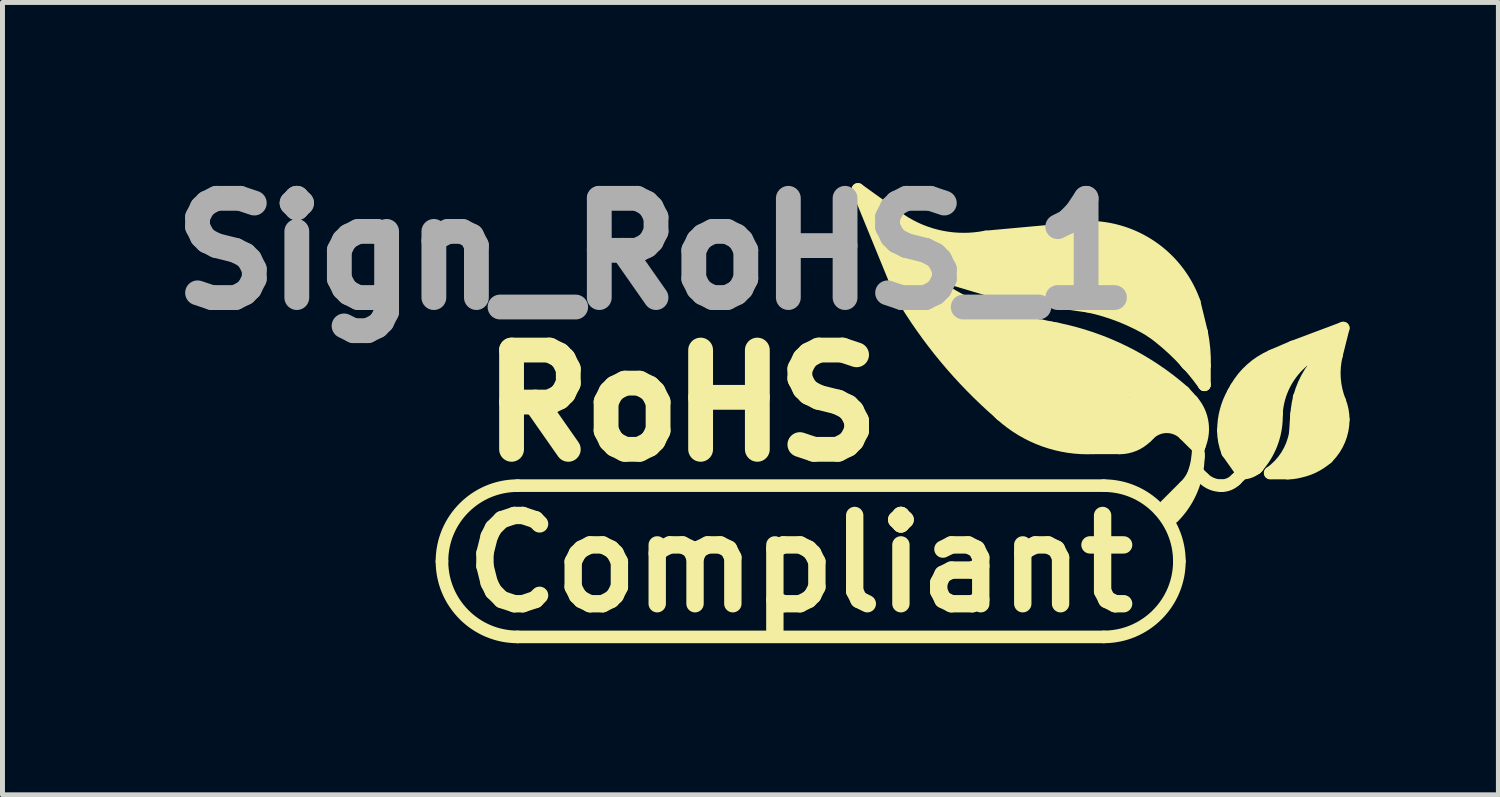
<source format=kicad_pcb>
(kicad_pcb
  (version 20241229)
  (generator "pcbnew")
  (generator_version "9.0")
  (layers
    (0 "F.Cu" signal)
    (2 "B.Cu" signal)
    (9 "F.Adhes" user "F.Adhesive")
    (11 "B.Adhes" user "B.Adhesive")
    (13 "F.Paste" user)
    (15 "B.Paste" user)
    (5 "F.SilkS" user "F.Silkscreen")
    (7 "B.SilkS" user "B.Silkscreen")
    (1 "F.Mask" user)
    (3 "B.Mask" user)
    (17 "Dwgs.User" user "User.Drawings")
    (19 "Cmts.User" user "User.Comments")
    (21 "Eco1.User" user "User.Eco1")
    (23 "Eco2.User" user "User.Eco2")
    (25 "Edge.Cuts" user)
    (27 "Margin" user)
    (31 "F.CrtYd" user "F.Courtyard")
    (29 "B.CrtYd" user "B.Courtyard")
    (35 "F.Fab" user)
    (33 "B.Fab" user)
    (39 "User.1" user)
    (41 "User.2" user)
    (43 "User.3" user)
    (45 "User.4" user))
  (footprint "Sign_RoHS_1"
    (layer "F.Cu")
    (at 6.872 9.149)
    (property "Reference" "Sign_RoHS_1" (at 3.297 -7.102 0) (layer "F.Fab") (effects (font (size 2 2) (thickness 0.5))))
    (attr through_hole)
    (fp_line (start 0.508 0.635) (end 12.319 0.635) (stroke (width 0.254) (type solid)) (layer "F.SilkS"))
    (fp_line (start 7.366 -8.382) (end 8.227 -7.762) (stroke (width 0.254) (type solid)) (layer "F.SilkS"))
    (fp_line (start 7.366 -8.382) (end 8.232 -6.266) (stroke (width 0.254) (type solid)) (layer "F.SilkS"))
    (fp_line (start 7.747 -7.874) (end 8.255 -6.985) (stroke (width 0.508) (type solid)) (layer "F.SilkS"))
    (fp_line (start 7.747 -7.874) (end 8.76 -7.236) (stroke (width 0.254) (type solid)) (layer "F.SilkS"))
    (fp_line (start 8.255 -6.985) (end 8.382 -6.477) (stroke (width 0.508) (type solid)) (layer "F.SilkS"))
    (fp_line (start 8.382 -6.477) (end 8.76 -5.969) (stroke (width 0.508) (type solid)) (layer "F.SilkS"))
    (fp_line (start 8.636 -6.985) (end 13.208 -6.985) (stroke (width 0.508) (type solid)) (layer "F.SilkS"))
    (fp_line (start 8.76 -7.236) (end 9.906 -7.236) (stroke (width 0.508) (type solid)) (layer "F.SilkS"))
    (fp_line (start 8.76 -6.731) (end 9.042 -6.383) (stroke (width 0.254) (type solid)) (layer "F.SilkS"))
    (fp_line (start 8.76 -6.35) (end 8.382 -7.236) (stroke (width 0.508) (type solid)) (layer "F.SilkS"))
    (fp_line (start 8.76 -5.969) (end 8.76 -6.35) (stroke (width 0.508) (type solid)) (layer "F.SilkS"))
    (fp_line (start 8.89 -5.842) (end 9.271 -5.334) (stroke (width 0.508) (type solid)) (layer "F.SilkS"))
    (fp_line (start 9.144 -6.858) (end 8.636 -6.985) (stroke (width 0.508) (type solid)) (layer "F.SilkS"))
    (fp_line (start 9.271 -5.715) (end 10.033 -5.08) (stroke (width 0.508) (type solid)) (layer "F.SilkS"))
    (fp_line (start 9.271 -5.334) (end 9.525 -4.953) (stroke (width 0.508) (type solid)) (layer "F.SilkS"))
    (fp_line (start 9.525 -4.953) (end 10.414 -4.064) (stroke (width 0.508) (type solid)) (layer "F.SilkS"))
    (fp_line (start 9.906 -7.236) (end 10.922 -7.366) (stroke (width 0.508) (type solid)) (layer "F.SilkS"))
    (fp_line (start 9.906 -5.715) (end 9.144 -6.096) (stroke (width 0.508) (type solid)) (layer "F.SilkS"))
    (fp_line (start 9.944 -7.424) (end 12.093 -7.62) (stroke (width 0.254) (type solid)) (layer "F.SilkS"))
    (fp_line (start 10.033 -5.08) (end 10.16 -5.207) (stroke (width 0.508) (type solid)) (layer "F.SilkS"))
    (fp_line (start 10.147 -6.317) (end 8.76 -6.731) (stroke (width 0.254) (type solid)) (layer "F.SilkS"))
    (fp_line (start 10.16 -5.207) (end 10.287 -5.207) (stroke (width 0.508) (type solid)) (layer "F.SilkS"))
    (fp_line (start 10.16 -4.699) (end 10.287 -4.826) (stroke (width 0.508) (type solid)) (layer "F.SilkS"))
    (fp_line (start 10.216 -3.879) (end 10.251 -3.843) (stroke (width 0.254) (type solid)) (layer "F.SilkS"))
    (fp_line (start 10.287 -5.207) (end 11.43 -5.08) (stroke (width 0.508) (type solid)) (layer "F.SilkS"))
    (fp_line (start 10.287 -4.826) (end 10.795 -4.826) (stroke (width 0.508) (type solid)) (layer "F.SilkS"))
    (fp_line (start 10.287 -4.572) (end 10.16 -4.699) (stroke (width 0.508) (type solid)) (layer "F.SilkS"))
    (fp_line (start 10.414 -6.477) (end 9.144 -6.858) (stroke (width 0.508) (type solid)) (layer "F.SilkS"))
    (fp_line (start 10.414 -4.064) (end 10.922 -3.683) (stroke (width 0.508) (type solid)) (layer "F.SilkS"))
    (fp_line (start 10.643 -5.461) (end 9.906 -5.715) (stroke (width 0.508) (type solid)) (layer "F.SilkS"))
    (fp_line (start 10.795 -4.826) (end 11.811 -4.572) (stroke (width 0.508) (type solid)) (layer "F.SilkS"))
    (fp_line (start 10.922 -7.366) (end 12.573 -7.366) (stroke (width 0.508) (type solid)) (layer "F.SilkS"))
    (fp_line (start 10.922 -4.064) (end 10.287 -4.572) (stroke (width 0.508) (type solid)) (layer "F.SilkS"))
    (fp_line (start 10.922 -3.683) (end 11.811 -3.429) (stroke (width 0.508) (type solid)) (layer "F.SilkS"))
    (fp_line (start 11.069 -5.631) (end 11.379 -5.57) (stroke (width 0.254) (type solid)) (layer "F.SilkS"))
    (fp_line (start 11.252 -5.461) (end 10.643 -5.461) (stroke (width 0.508) (type solid)) (layer "F.SilkS"))
    (fp_line (start 11.43 -5.08) (end 12.446 -4.826) (stroke (width 0.508) (type solid)) (layer "F.SilkS"))
    (fp_line (start 11.43 -3.937) (end 10.922 -4.064) (stroke (width 0.508) (type solid)) (layer "F.SilkS"))
    (fp_line (start 11.557 -6.35) (end 10.414 -6.477) (stroke (width 0.508) (type solid)) (layer "F.SilkS"))
    (fp_line (start 11.684 -6.35) (end 11.557 -6.35) (stroke (width 0.508) (type solid)) (layer "F.SilkS"))
    (fp_line (start 11.811 -4.572) (end 12.065 -4.572) (stroke (width 0.508) (type solid)) (layer "F.SilkS"))
    (fp_line (start 11.811 -3.81) (end 11.43 -3.937) (stroke (width 0.508) (type solid)) (layer "F.SilkS"))
    (fp_line (start 11.811 -3.429) (end 12.7 -3.429) (stroke (width 0.508) (type solid)) (layer "F.SilkS"))
    (fp_line (start 12.014 -6.027) (end 11.496 -6.101) (stroke (width 0.254) (type solid)) (layer "F.SilkS"))
    (fp_line (start 12.065 -4.572) (end 12.573 -4.318) (stroke (width 0.508) (type solid)) (layer "F.SilkS"))
    (fp_line (start 12.065 -4.191) (end 10.795 -4.445) (stroke (width 0.508) (type solid)) (layer "F.SilkS"))
    (fp_line (start 12.121 -3.175) (end 12.636 -3.175) (stroke (width 0.254) (type solid)) (layer "F.SilkS"))
    (fp_line (start 12.192 -6.35) (end 11.684 -6.35) (stroke (width 0.508) (type solid)) (layer "F.SilkS"))
    (fp_line (start 12.319 -2.413) (end 0.508 -2.413) (stroke (width 0.254) (type solid)) (layer "F.SilkS"))
    (fp_line (start 12.446 -4.826) (end 13.081 -4.318) (stroke (width 0.508) (type solid)) (layer "F.SilkS"))
    (fp_line (start 12.446 -4.064) (end 12.065 -4.191) (stroke (width 0.508) (type solid)) (layer "F.SilkS"))
    (fp_line (start 12.446 -3.81) (end 11.811 -3.81) (stroke (width 0.508) (type solid)) (layer "F.SilkS"))
    (fp_line (start 12.573 -7.366) (end 13.208 -6.985) (stroke (width 0.508) (type solid)) (layer "F.SilkS"))
    (fp_line (start 12.573 -4.318) (end 12.573 -4.191) (stroke (width 0.508) (type solid)) (layer "F.SilkS"))
    (fp_line (start 12.573 -4.191) (end 12.446 -4.064) (stroke (width 0.508) (type solid)) (layer "F.SilkS"))
    (fp_line (start 12.649 -4.978) (end 11.252 -5.461) (stroke (width 0.508) (type solid)) (layer "F.SilkS"))
    (fp_line (start 12.7 -3.429) (end 13.462 -3.937) (stroke (width 0.508) (type solid)) (layer "F.SilkS"))
    (fp_line (start 12.827 -5.969) (end 12.192 -6.35) (stroke (width 0.508) (type solid)) (layer "F.SilkS"))
    (fp_line (start 12.827 -3.937) (end 12.446 -3.81) (stroke (width 0.508) (type solid)) (layer "F.SilkS"))
    (fp_line (start 12.954 -5.969) (end 13.208 -6.477) (stroke (width 0.508) (type solid)) (layer "F.SilkS"))
    (fp_line (start 13.081 -4.318) (end 13.208 -4.191) (stroke (width 0.508) (type solid)) (layer "F.SilkS"))
    (fp_line (start 13.081 -3.937) (end 12.827 -3.937) (stroke (width 0.508) (type solid)) (layer "F.SilkS"))
    (fp_line (start 13.175 -3.396) (end 13.228 -3.449) (stroke (width 0.254) (type solid)) (layer "F.SilkS"))
    (fp_line (start 13.208 -6.985) (end 13.208 -6.731) (stroke (width 0.508) (type solid)) (layer "F.SilkS"))
    (fp_line (start 13.208 -6.985) (end 13.716 -6.477) (stroke (width 0.508) (type solid)) (layer "F.SilkS"))
    (fp_line (start 13.208 -6.731) (end 8.255 -6.807) (stroke (width 0.508) (type solid)) (layer "F.SilkS"))
    (fp_line (start 13.208 -6.477) (end 13.208 -6.731) (stroke (width 0.508) (type solid)) (layer "F.SilkS"))
    (fp_line (start 13.208 -6.477) (end 13.589 -5.969) (stroke (width 0.508) (type solid)) (layer "F.SilkS"))
    (fp_line (start 13.208 -4.191) (end 13.081 -3.937) (stroke (width 0.508) (type solid)) (layer "F.SilkS"))
    (fp_line (start 13.289 -5.519) (end 13.282 -5.524) (stroke (width 0.254) (type solid)) (layer "F.SilkS"))
    (fp_line (start 13.335 -6.35) (end 11.684 -6.35) (stroke (width 0.508) (type solid)) (layer "F.SilkS"))
    (fp_line (start 13.335 -4.572) (end 12.649 -4.978) (stroke (width 0.508) (type solid)) (layer "F.SilkS"))
    (fp_line (start 13.462 -3.937) (end 13.843 -3.81) (stroke (width 0.508) (type solid)) (layer "F.SilkS"))
    (fp_line (start 13.462 -1.905) (end 13.952 -2.395) (stroke (width 0.254) (type solid)) (layer "F.SilkS"))
    (fp_line (start 13.589 -5.588) (end 12.954 -5.969) (stroke (width 0.508) (type solid)) (layer "F.SilkS"))
    (fp_line (start 13.589 -1.905) (end 13.774 -2.09) (stroke (width 0.254) (type solid)) (layer "F.SilkS"))
    (fp_line (start 13.589 -1.778) (end 14.097 -2.54) (stroke (width 0.254) (type solid)) (layer "F.SilkS"))
    (fp_line (start 13.716 -6.477) (end 13.97 -5.969) (stroke (width 0.508) (type solid)) (layer "F.SilkS"))
    (fp_line (start 13.843 -4.064) (end 13.335 -4.572) (stroke (width 0.508) (type solid)) (layer "F.SilkS"))
    (fp_line (start 13.843 -3.81) (end 14.097 -3.556) (stroke (width 0.508) (type solid)) (layer "F.SilkS"))
    (fp_line (start 13.934 -4.3) (end 14.105 -4.112) (stroke (width 0.254) (type solid)) (layer "F.SilkS"))
    (fp_line (start 13.947 -3.449) (end 14.224 -3.175) (stroke (width 0.254) (type solid)) (layer "F.SilkS"))
    (fp_line (start 13.97 -5.969) (end 14.097 -4.953) (stroke (width 0.508) (type solid)) (layer "F.SilkS"))
    (fp_line (start 14.097 -4.953) (end 13.589 -5.588) (stroke (width 0.508) (type solid)) (layer "F.SilkS"))
    (fp_line (start 14.097 -3.556) (end 13.843 -4.064) (stroke (width 0.508) (type solid)) (layer "F.SilkS"))
    (fp_line (start 14.143 -6.104) (end 14.29 -5.504) (stroke (width 0.254) (type solid)) (layer "F.SilkS"))
    (fp_line (start 14.224 -3.002) (end 14.224 -3.048) (stroke (width 0.254) (type solid)) (layer "F.SilkS"))
    (fp_line (start 14.224 -2.667) (end 14.328 -2.56) (stroke (width 0.254) (type solid)) (layer "F.SilkS"))
    (fp_line (start 14.247 -3.221) (end 14.224 -3.175) (stroke (width 0.254) (type solid)) (layer "F.SilkS"))
    (fp_line (start 14.348 -4.826) (end 14.348 -4.445) (stroke (width 0.254) (type solid)) (layer "F.SilkS"))
    (fp_line (start 14.348 -4.445) (end 14.346 -4.448) (stroke (width 0.254) (type solid)) (layer "F.SilkS"))
    (fp_line (start 14.859 -3.683) (end 14.986 -3.683) (stroke (width 0.254) (type solid)) (layer "F.SilkS"))
    (fp_line (start 14.859 -3.429) (end 14.859 -3.683) (stroke (width 0.254) (type solid)) (layer "F.SilkS"))
    (fp_line (start 14.859 -3.429) (end 15.621 -3.429) (stroke (width 0.254) (type solid)) (layer "F.SilkS"))
    (fp_line (start 14.859 -3.406) (end 14.859 -3.429) (stroke (width 0.254) (type solid)) (layer "F.SilkS"))
    (fp_line (start 14.859 -3.302) (end 15.621 -3.302) (stroke (width 0.254) (type solid)) (layer "F.SilkS"))
    (fp_line (start 14.933 -4.288) (end 14.986 -4.381) (stroke (width 0.254) (type solid)) (layer "F.SilkS"))
    (fp_line (start 14.978 -2.532) (end 15.113 -2.667) (stroke (width 0.254) (type solid)) (layer "F.SilkS"))
    (fp_line (start 14.986 -3.683) (end 14.986 -3.556) (stroke (width 0.254) (type solid)) (layer "F.SilkS"))
    (fp_line (start 14.986 -3.683) (end 15.113 -3.683) (stroke (width 0.254) (type solid)) (layer "F.SilkS"))
    (fp_line (start 14.986 -3.556) (end 14.986 -3.175) (stroke (width 0.254) (type solid)) (layer "F.SilkS"))
    (fp_line (start 14.986 -3.556) (end 15.621 -3.556) (stroke (width 0.254) (type solid)) (layer "F.SilkS"))
    (fp_line (start 14.986 -3.175) (end 14.986 -3.048) (stroke (width 0.254) (type solid)) (layer "F.SilkS"))
    (fp_line (start 14.986 -3.175) (end 15.621 -3.175) (stroke (width 0.254) (type solid)) (layer "F.SilkS"))
    (fp_line (start 14.986 -3.048) (end 14.986 -2.921) (stroke (width 0.254) (type solid)) (layer "F.SilkS"))
    (fp_line (start 14.986 -3.048) (end 15.494 -3.048) (stroke (width 0.254) (type solid)) (layer "F.SilkS"))
    (fp_line (start 15.113 -3.683) (end 15.113 -3.048) (stroke (width 0.254) (type solid)) (layer "F.SilkS"))
    (fp_line (start 15.113 -3.683) (end 15.494 -3.683) (stroke (width 0.254) (type solid)) (layer "F.SilkS"))
    (fp_line (start 15.113 -2.667) (end 14.816 -3.086) (stroke (width 0.254) (type solid)) (layer "F.SilkS"))
    (fp_line (start 15.126 -2.667) (end 15.113 -2.667) (stroke (width 0.254) (type solid)) (layer "F.SilkS"))
    (fp_line (start 15.415 -2.791) (end 15.387 -2.764) (stroke (width 0.254) (type solid)) (layer "F.SilkS"))
    (fp_line (start 15.494 -3.683) (end 15.494 -3.175) (stroke (width 0.254) (type solid)) (layer "F.SilkS"))
    (fp_line (start 15.494 -3.683) (end 15.748 -3.683) (stroke (width 0.254) (type solid)) (layer "F.SilkS"))
    (fp_line (start 15.707 -5.027) (end 16.129 -5.207) (stroke (width 0.254) (type solid)) (layer "F.SilkS"))
    (fp_line (start 15.748 -4.191) (end 14.986 -4.191) (stroke (width 0.254) (type solid)) (layer "F.SilkS"))
    (fp_line (start 15.748 -4.064) (end 14.986 -4.064) (stroke (width 0.254) (type solid)) (layer "F.SilkS"))
    (fp_line (start 15.748 -3.937) (end 14.859 -3.937) (stroke (width 0.254) (type solid)) (layer "F.SilkS"))
    (fp_line (start 15.748 -3.81) (end 14.859 -3.81) (stroke (width 0.254) (type solid)) (layer "F.SilkS"))
    (fp_line (start 15.748 -3.683) (end 15.24 -2.794) (stroke (width 0.254) (type solid)) (layer "F.SilkS"))
    (fp_line (start 15.799 -3.861) (end 15.799 -3.868) (stroke (width 0.254) (type solid)) (layer "F.SilkS"))
    (fp_line (start 15.875 -4.445) (end 15.113 -4.445) (stroke (width 0.254) (type solid)) (layer "F.SilkS"))
    (fp_line (start 15.875 -4.318) (end 14.986 -4.318) (stroke (width 0.254) (type solid)) (layer "F.SilkS"))
    (fp_line (start 15.875 -2.794) (end 16.383 -2.794) (stroke (width 0.254) (type solid)) (layer "F.SilkS"))
    (fp_line (start 16.002 -4.699) (end 15.367 -4.699) (stroke (width 0.254) (type solid)) (layer "F.SilkS"))
    (fp_line (start 16.002 -4.572) (end 15.24 -4.572) (stroke (width 0.254) (type solid)) (layer "F.SilkS"))
    (fp_line (start 16.002 -2.921) (end 16.637 -2.921) (stroke (width 0.254) (type solid)) (layer "F.SilkS"))
    (fp_line (start 16.027 -2.667) (end 15.672 -2.667) (stroke (width 0.254) (type solid)) (layer "F.SilkS"))
    (fp_line (start 16.129 -5.207) (end 17.145 -5.588) (stroke (width 0.254) (type solid)) (layer "F.SilkS"))
    (fp_line (start 16.129 -5.08) (end 16.891 -5.08) (stroke (width 0.254) (type solid)) (layer "F.SilkS"))
    (fp_line (start 16.129 -4.826) (end 15.621 -4.826) (stroke (width 0.254) (type solid)) (layer "F.SilkS"))
    (fp_line (start 16.129 -3.175) (end 16.891 -3.175) (stroke (width 0.254) (type solid)) (layer "F.SilkS"))
    (fp_line (start 16.129 -3.048) (end 16.764 -3.048) (stroke (width 0.254) (type solid)) (layer "F.SilkS"))
    (fp_line (start 16.18 -3.302) (end 17.018 -3.302) (stroke (width 0.254) (type solid)) (layer "F.SilkS"))
    (fp_line (start 16.205 -3.858) (end 16.18 -3.467) (stroke (width 0.254) (type solid)) (layer "F.SilkS"))
    (fp_line (start 16.256 -4.191) (end 16.891 -4.191) (stroke (width 0.254) (type solid)) (layer "F.SilkS"))
    (fp_line (start 16.256 -4.064) (end 17.018 -4.064) (stroke (width 0.254) (type solid)) (layer "F.SilkS"))
    (fp_line (start 16.256 -3.937) (end 17.018 -3.937) (stroke (width 0.254) (type solid)) (layer "F.SilkS"))
    (fp_line (start 16.256 -3.81) (end 17.018 -3.81) (stroke (width 0.254) (type solid)) (layer "F.SilkS"))
    (fp_line (start 16.256 -3.683) (end 17.018 -3.683) (stroke (width 0.254) (type solid)) (layer "F.SilkS"))
    (fp_line (start 16.256 -3.556) (end 17.018 -3.556) (stroke (width 0.254) (type solid)) (layer "F.SilkS"))
    (fp_line (start 16.256 -3.429) (end 17.018 -3.429) (stroke (width 0.254) (type solid)) (layer "F.SilkS"))
    (fp_line (start 16.383 -5.207) (end 17.018 -5.207) (stroke (width 0.254) (type solid)) (layer "F.SilkS"))
    (fp_line (start 16.383 -4.445) (end 16.891 -4.445) (stroke (width 0.254) (type solid)) (layer "F.SilkS"))
    (fp_line (start 16.383 -4.318) (end 16.891 -4.318) (stroke (width 0.254) (type solid)) (layer "F.SilkS"))
    (fp_line (start 16.51 -5.334) (end 17.018 -5.334) (stroke (width 0.254) (type solid)) (layer "F.SilkS"))
    (fp_line (start 16.637 -4.953) (end 15.748 -4.953) (stroke (width 0.254) (type solid)) (layer "F.SilkS"))
    (fp_line (start 16.637 -4.953) (end 16.637 -4.445) (stroke (width 0.254) (type solid)) (layer "F.SilkS"))
    (fp_line (start 16.764 -4.953) (end 16.637 -4.953) (stroke (width 0.254) (type solid)) (layer "F.SilkS"))
    (fp_line (start 16.764 -4.953) (end 16.764 -4.445) (stroke (width 0.254) (type solid)) (layer "F.SilkS"))
    (fp_line (start 16.83 -2.987) (end 16.807 -2.964) (stroke (width 0.254) (type solid)) (layer "F.SilkS"))
    (fp_line (start 16.891 -4.953) (end 16.764 -4.953) (stroke (width 0.254) (type solid)) (layer "F.SilkS"))
    (fp_line (start 17.145 -5.588) (end 17.01 -5.05) (stroke (width 0.254) (type solid)) (layer "F.SilkS"))
    (fp_arc (start -1.016 -0.889) (mid -0.569631 -1.966631) (end 0.508 -2.413) (stroke (width 0.254) (type solid)) (layer "F.SilkS"))
    (fp_arc (start 0.508 0.635) (mid -0.569631 0.188631) (end -1.016 -0.889) (stroke (width 0.254) (type solid)) (layer "F.SilkS"))
    (fp_arc (start 9.9441 -7.42442) (mid 9.052753 -7.423876) (end 8.229048 -7.764478) (stroke (width 0.254) (type solid)) (layer "F.SilkS"))
    (fp_arc (start 10.21588 -3.87858) (mid 9.129383 -4.989859) (end 8.234536 -6.260553) (stroke (width 0.254) (type solid)) (layer "F.SilkS"))
    (fp_arc (start 11.06932 -5.63118) (mid 10.012995 -5.890287) (end 9.042459 -6.381222) (stroke (width 0.254) (type solid)) (layer "F.SilkS"))
    (fp_arc (start 11.3792 -5.57022) (mid 12.73964 -5.103107) (end 13.933527 -4.300844) (stroke (width 0.254) (type solid)) (layer "F.SilkS"))
    (fp_arc (start 11.49604 -6.10108) (mid 10.819744 -6.177293) (end 10.153621 -6.316813) (stroke (width 0.254) (type solid)) (layer "F.SilkS"))
    (fp_arc (start 12.0142 -6.02742) (mid 12.666713 -5.829467) (end 13.27787 -5.527066) (stroke (width 0.254) (type solid)) (layer "F.SilkS"))
    (fp_arc (start 12.09294 -7.62) (mid 13.349685 -7.17762) (end 14.143264 -6.107415) (stroke (width 0.254) (type solid)) (layer "F.SilkS"))
    (fp_arc (start 12.12088 -3.175) (mid 11.121888 -3.32285) (end 10.255067 -3.840987) (stroke (width 0.254) (type solid)) (layer "F.SilkS"))
    (fp_arc (start 12.319 -2.413) (mid 13.396631 -1.966631) (end 13.843 -0.889) (stroke (width 0.254) (type solid)) (layer "F.SilkS"))
    (fp_arc (start 13.17498 -3.39598) (mid 12.927923 -3.230902) (end 12.6365 -3.172934) (stroke (width 0.254) (type solid)) (layer "F.SilkS"))
    (fp_arc (start 13.22832 -3.44932) (mid 13.587204 -3.599462) (end 13.94714 -3.45186) (stroke (width 0.254) (type solid)) (layer "F.SilkS"))
    (fp_arc (start 13.28928 -5.51942) (mid 13.859872 -5.026772) (end 14.344359 -4.449235) (stroke (width 0.254) (type solid)) (layer "F.SilkS"))
    (fp_arc (start 13.843 -0.889) (mid 13.396631 0.188631) (end 12.319 0.635) (stroke (width 0.254) (type solid)) (layer "F.SilkS"))
    (fp_arc (start 14.10462 -4.11226) (mid 14.306677 -3.661802) (end 14.224846 -3.174931) (stroke (width 0.254) (type solid)) (layer "F.SilkS"))
    (fp_arc (start 14.224 -3.175) (mid 14.108191 -2.587709) (end 13.776451 -2.089441) (stroke (width 0.254) (type solid)) (layer "F.SilkS"))
    (fp_arc (start 14.224 -3.048) (mid 14.154787 -2.694965) (end 13.955743 -2.395289) (stroke (width 0.254) (type solid)) (layer "F.SilkS"))
    (fp_arc (start 14.224 -3.00228) (mid 14.092523 -2.339792) (end 13.718022 -1.77772) (stroke (width 0.254) (type solid)) (layer "F.SilkS"))
    (fp_arc (start 14.29004 -5.50418) (mid 14.339077 -5.167151) (end 14.35024 -4.826757) (stroke (width 0.254) (type solid)) (layer "F.SilkS"))
    (fp_arc (start 14.68628 -2.413) (mid 14.492849 -2.451476) (end 14.328866 -2.561046) (stroke (width 0.254) (type solid)) (layer "F.SilkS"))
    (fp_arc (start 14.732 -3.5306) (mid 14.782901 -3.921185) (end 14.932206 -4.285679) (stroke (width 0.254) (type solid)) (layer "F.SilkS"))
    (fp_arc (start 14.81582 -3.0861) (mid 14.751793 -3.304012) (end 14.730126 -3.530099) (stroke (width 0.254) (type solid)) (layer "F.SilkS"))
    (fp_arc (start 14.97838 -2.53238) (mid 14.844363 -2.442833) (end 14.68628 -2.411388) (stroke (width 0.254) (type solid)) (layer "F.SilkS"))
    (fp_arc (start 14.986 -4.3815) (mid 15.29456 -4.762287) (end 15.708 -5.025489) (stroke (width 0.254) (type solid)) (layer "F.SilkS"))
    (fp_arc (start 15.113 -2.794) (mid 14.92563 -3.074154) (end 14.859445 -3.404629) (stroke (width 0.254) (type solid)) (layer "F.SilkS"))
    (fp_arc (start 15.41526 -2.79146) (mid 15.275764 -2.698164) (end 15.111212 -2.665208) (stroke (width 0.254) (type solid)) (layer "F.SilkS"))
    (fp_arc (start 15.7988 -3.86842) (mid 15.949811 -4.434562) (end 16.30598 -4.89982) (stroke (width 0.254) (type solid)) (layer "F.SilkS"))
    (fp_arc (start 15.7988 -3.8608) (mid 15.702818 -3.271586) (end 15.38866 -2.763954) (stroke (width 0.254) (type solid)) (layer "F.SilkS"))
    (fp_arc (start 16.1798 -3.4671) (mid 16.007869 -3.019303) (end 15.67766 -2.671387) (stroke (width 0.254) (type solid)) (layer "F.SilkS"))
    (fp_arc (start 16.2052 -3.81508) (mid 16.306613 -4.337513) (end 16.559205 -4.805934) (stroke (width 0.254) (type solid)) (layer "F.SilkS"))
    (fp_arc (start 16.22552 -2.68986) (mid 16.126535 -2.671679) (end 16.026073 -2.665697) (stroke (width 0.254) (type solid)) (layer "F.SilkS"))
    (fp_arc (start 16.80718 -2.96418) (mid 16.535901 -2.788047) (end 16.227503 -2.690547) (stroke (width 0.254) (type solid)) (layer "F.SilkS"))
    (fp_arc (start 17.07388 -4.11226) (mid 16.96827 -4.57452) (end 17.009851 -5.046864) (stroke (width 0.254) (type solid)) (layer "F.SilkS"))
    (fp_arc (start 17.07388 -4.11226) (mid 17.126889 -3.931266) (end 17.144717 -3.743513) (stroke (width 0.254) (type solid)) (layer "F.SilkS"))
    (fp_arc (start 17.145 -3.74396) (mid 17.063408 -3.333769) (end 16.831054 -2.986026) (stroke (width 0.254) (type solid)) (layer "F.SilkS"))
    (fp_text user "RoHS" (at 3.815 -4.044 0) (layer "F.SilkS") (effects (font (size 2 2) (thickness 0.5))))
    (fp_text user "Compliant" (at 6.2 -0.838 0) (layer "F.SilkS") (effects (font (size 1.778 1.778) (thickness 0.35)))))
  (gr_rect
    (start -3 -3)
    (end 27.144 12.966)
    (stroke (width 0.1) (type default))
    (fill no)
    (layer "Edge.Cuts")))
</source>
